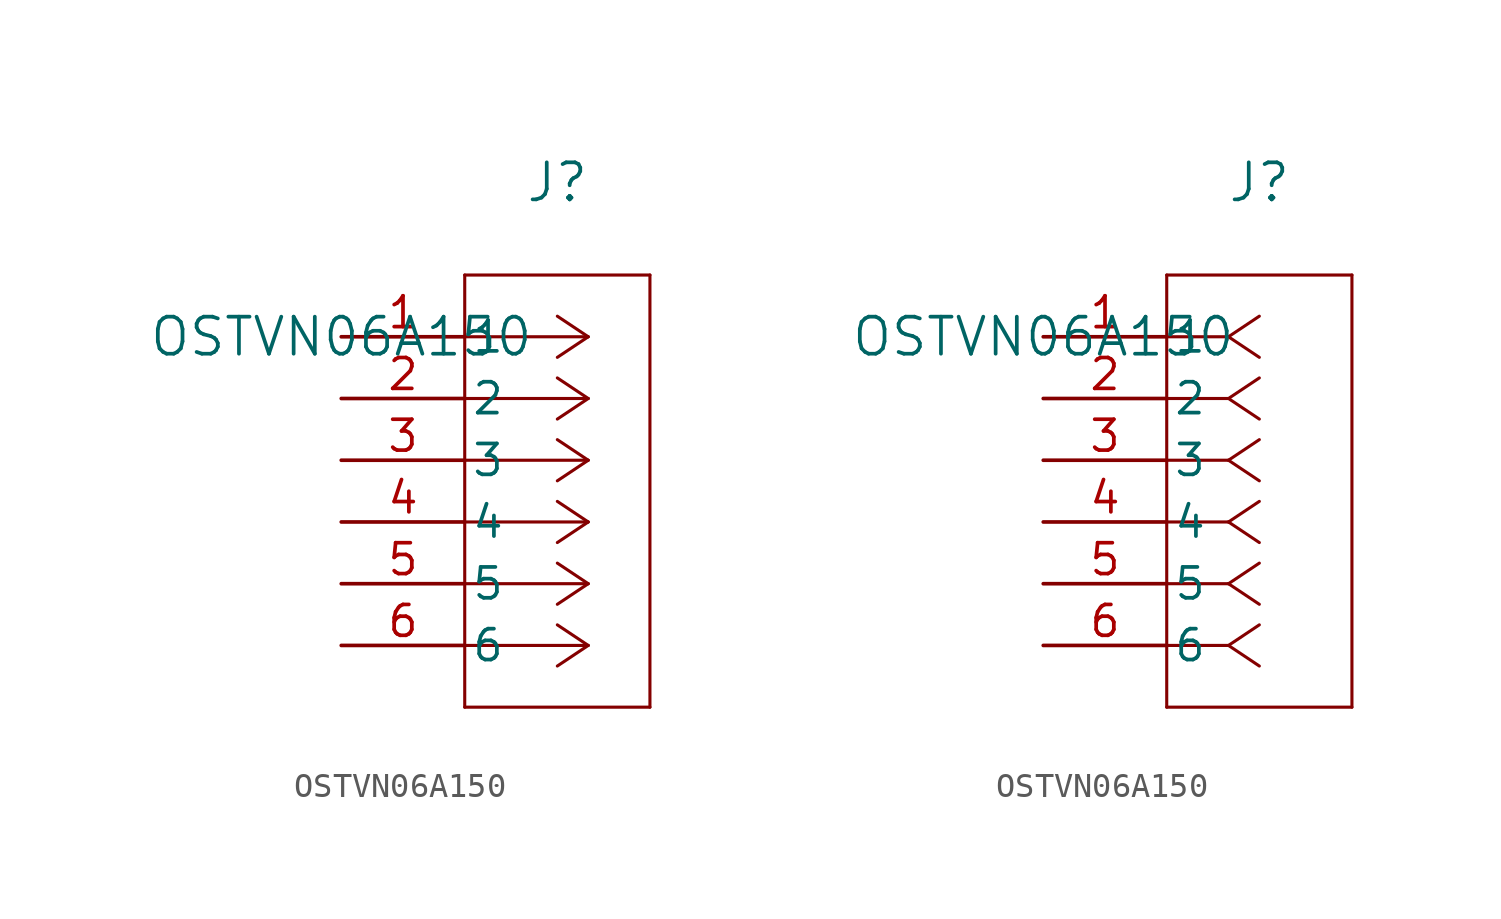
<source format=kicad_sym>
(kicad_symbol_lib
  (version 20211014)
  (generator kicad_symbol_editor)
  (symbol "OSTVN06A150"
    (pin_names
      (offset 0.254))
    (property "Reference" "J"
      (at 8.89 6.35 0)
      (effects (font (size 1.524 1.524))))
    (property "Value" "OSTVN06A150"
      (at 0 0 0)
      (effects (font (size 1.524 1.524))))
    (symbol "OSTVN06A150_1_1"
      (polyline (pts (xy 10.16 0) (xy 5.08 0)) (stroke (width 0.127) (type default) (color 0 0 0 0)) (fill (type none)))
      (polyline (pts (xy 10.16 -2.54) (xy 5.08 -2.54)) (stroke (width 0.127) (type default) (color 0 0 0 0)) (fill (type none)))
      (polyline (pts (xy 10.16 -5.08) (xy 5.08 -5.08)) (stroke (width 0.127) (type default) (color 0 0 0 0)) (fill (type none)))
      (polyline (pts (xy 10.16 -7.62) (xy 5.08 -7.62)) (stroke (width 0.127) (type default) (color 0 0 0 0)) (fill (type none)))
      (polyline (pts (xy 10.16 -10.16) (xy 5.08 -10.16)) (stroke (width 0.127) (type default) (color 0 0 0 0)) (fill (type none)))
      (polyline (pts (xy 10.16 -12.7) (xy 5.08 -12.7)) (stroke (width 0.127) (type default) (color 0 0 0 0)) (fill (type none)))
      (polyline (pts (xy 10.16 0) (xy 8.89 0.847)) (stroke (width 0.127) (type default) (color 0 0 0 0)) (fill (type none)))
      (polyline (pts (xy 10.16 -2.54) (xy 8.89 -1.693)) (stroke (width 0.127) (type default) (color 0 0 0 0)) (fill (type none)))
      (polyline (pts (xy 10.16 -5.08) (xy 8.89 -4.233)) (stroke (width 0.127) (type default) (color 0 0 0 0)) (fill (type none)))
      (polyline (pts (xy 10.16 -7.62) (xy 8.89 -6.773)) (stroke (width 0.127) (type default) (color 0 0 0 0)) (fill (type none)))
      (polyline (pts (xy 10.16 -10.16) (xy 8.89 -9.313)) (stroke (width 0.127) (type default) (color 0 0 0 0)) (fill (type none)))
      (polyline (pts (xy 10.16 -12.7) (xy 8.89 -11.853)) (stroke (width 0.127) (type default) (color 0 0 0 0)) (fill (type none)))
      (polyline (pts (xy 10.16 0) (xy 8.89 -0.847)) (stroke (width 0.127) (type default) (color 0 0 0 0)) (fill (type none)))
      (polyline (pts (xy 10.16 -2.54) (xy 8.89 -3.387)) (stroke (width 0.127) (type default) (color 0 0 0 0)) (fill (type none)))
      (polyline (pts (xy 10.16 -5.08) (xy 8.89 -5.927)) (stroke (width 0.127) (type default) (color 0 0 0 0)) (fill (type none)))
      (polyline (pts (xy 10.16 -7.62) (xy 8.89 -8.467)) (stroke (width 0.127) (type default) (color 0 0 0 0)) (fill (type none)))
      (polyline (pts (xy 10.16 -10.16) (xy 8.89 -11.007)) (stroke (width 0.127) (type default) (color 0 0 0 0)) (fill (type none)))
      (polyline (pts (xy 10.16 -12.7) (xy 8.89 -13.547)) (stroke (width 0.127) (type default) (color 0 0 0 0)) (fill (type none)))
      (polyline (pts (xy 5.08 2.54) (xy 5.08 -15.24)) (stroke (width 0.127) (type default) (color 0 0 0 0)) (fill (type none)))
      (polyline (pts (xy 5.08 -15.24) (xy 12.7 -15.24)) (stroke (width 0.127) (type default) (color 0 0 0 0)) (fill (type none)))
      (polyline (pts (xy 12.7 -15.24) (xy 12.7 2.54)) (stroke (width 0.127) (type default) (color 0 0 0 0)) (fill (type none)))
      (polyline (pts (xy 12.7 2.54) (xy 5.08 2.54)) (stroke (width 0.127) (type default) (color 0 0 0 0)) (fill (type none)))
      (pin unspecified line (at 0 0 0) (length 5.08) (name "1" (effects (font (size 1.27 1.27)))) (number "1" (effects (font (size 1.27 1.27)))))
      (pin unspecified line (at 0 -2.54 0) (length 5.08) (name "2" (effects (font (size 1.27 1.27)))) (number "2" (effects (font (size 1.27 1.27)))))
      (pin unspecified line (at 0 -5.08 0) (length 5.08) (name "3" (effects (font (size 1.27 1.27)))) (number "3" (effects (font (size 1.27 1.27)))))
      (pin unspecified line (at 0 -7.62 0) (length 5.08) (name "4" (effects (font (size 1.27 1.27)))) (number "4" (effects (font (size 1.27 1.27)))))
      (pin unspecified line (at 0 -10.16 0) (length 5.08) (name "5" (effects (font (size 1.27 1.27)))) (number "5" (effects (font (size 1.27 1.27)))))
      (pin unspecified line (at 0 -12.7 0) (length 5.08) (name "6" (effects (font (size 1.27 1.27)))) (number "6" (effects (font (size 1.27 1.27))))))
    (symbol "OSTVN06A150_1_2"
      (polyline (pts (xy 7.62 0) (xy 5.08 0)) (stroke (width 0.127) (type default) (color 0 0 0 0)) (fill (type none)))
      (polyline (pts (xy 7.62 -2.54) (xy 5.08 -2.54)) (stroke (width 0.127) (type default) (color 0 0 0 0)) (fill (type none)))
      (polyline (pts (xy 7.62 -5.08) (xy 5.08 -5.08)) (stroke (width 0.127) (type default) (color 0 0 0 0)) (fill (type none)))
      (polyline (pts (xy 7.62 -7.62) (xy 5.08 -7.62)) (stroke (width 0.127) (type default) (color 0 0 0 0)) (fill (type none)))
      (polyline (pts (xy 7.62 -10.16) (xy 5.08 -10.16)) (stroke (width 0.127) (type default) (color 0 0 0 0)) (fill (type none)))
      (polyline (pts (xy 7.62 -12.7) (xy 5.08 -12.7)) (stroke (width 0.127) (type default) (color 0 0 0 0)) (fill (type none)))
      (polyline (pts (xy 7.62 0) (xy 8.89 0.847)) (stroke (width 0.127) (type default) (color 0 0 0 0)) (fill (type none)))
      (polyline (pts (xy 7.62 -2.54) (xy 8.89 -1.693)) (stroke (width 0.127) (type default) (color 0 0 0 0)) (fill (type none)))
      (polyline (pts (xy 7.62 -5.08) (xy 8.89 -4.233)) (stroke (width 0.127) (type default) (color 0 0 0 0)) (fill (type none)))
      (polyline (pts (xy 7.62 -7.62) (xy 8.89 -6.773)) (stroke (width 0.127) (type default) (color 0 0 0 0)) (fill (type none)))
      (polyline (pts (xy 7.62 -10.16) (xy 8.89 -9.313)) (stroke (width 0.127) (type default) (color 0 0 0 0)) (fill (type none)))
      (polyline (pts (xy 7.62 -12.7) (xy 8.89 -11.853)) (stroke (width 0.127) (type default) (color 0 0 0 0)) (fill (type none)))
      (polyline (pts (xy 7.62 0) (xy 8.89 -0.847)) (stroke (width 0.127) (type default) (color 0 0 0 0)) (fill (type none)))
      (polyline (pts (xy 7.62 -2.54) (xy 8.89 -3.387)) (stroke (width 0.127) (type default) (color 0 0 0 0)) (fill (type none)))
      (polyline (pts (xy 7.62 -5.08) (xy 8.89 -5.927)) (stroke (width 0.127) (type default) (color 0 0 0 0)) (fill (type none)))
      (polyline (pts (xy 7.62 -7.62) (xy 8.89 -8.467)) (stroke (width 0.127) (type default) (color 0 0 0 0)) (fill (type none)))
      (polyline (pts (xy 7.62 -10.16) (xy 8.89 -11.007)) (stroke (width 0.127) (type default) (color 0 0 0 0)) (fill (type none)))
      (polyline (pts (xy 7.62 -12.7) (xy 8.89 -13.547)) (stroke (width 0.127) (type default) (color 0 0 0 0)) (fill (type none)))
      (polyline (pts (xy 5.08 2.54) (xy 5.08 -15.24)) (stroke (width 0.127) (type default) (color 0 0 0 0)) (fill (type none)))
      (polyline (pts (xy 5.08 -15.24) (xy 12.7 -15.24)) (stroke (width 0.127) (type default) (color 0 0 0 0)) (fill (type none)))
      (polyline (pts (xy 12.7 -15.24) (xy 12.7 2.54)) (stroke (width 0.127) (type default) (color 0 0 0 0)) (fill (type none)))
      (polyline (pts (xy 12.7 2.54) (xy 5.08 2.54)) (stroke (width 0.127) (type default) (color 0 0 0 0)) (fill (type none)))
      (pin unspecified line (at 0 0 0) (length 5.08) (name "1" (effects (font (size 1.27 1.27)))) (number "1" (effects (font (size 1.27 1.27)))))
      (pin unspecified line (at 0 -2.54 0) (length 5.08) (name "2" (effects (font (size 1.27 1.27)))) (number "2" (effects (font (size 1.27 1.27)))))
      (pin unspecified line (at 0 -5.08 0) (length 5.08) (name "3" (effects (font (size 1.27 1.27)))) (number "3" (effects (font (size 1.27 1.27)))))
      (pin unspecified line (at 0 -7.62 0) (length 5.08) (name "4" (effects (font (size 1.27 1.27)))) (number "4" (effects (font (size 1.27 1.27)))))
      (pin unspecified line (at 0 -10.16 0) (length 5.08) (name "5" (effects (font (size 1.27 1.27)))) (number "5" (effects (font (size 1.27 1.27)))))
      (pin unspecified line (at 0 -12.7 0) (length 5.08) (name "6" (effects (font (size 1.27 1.27)))) (number "6" (effects (font (size 1.27 1.27))))))))
</source>
